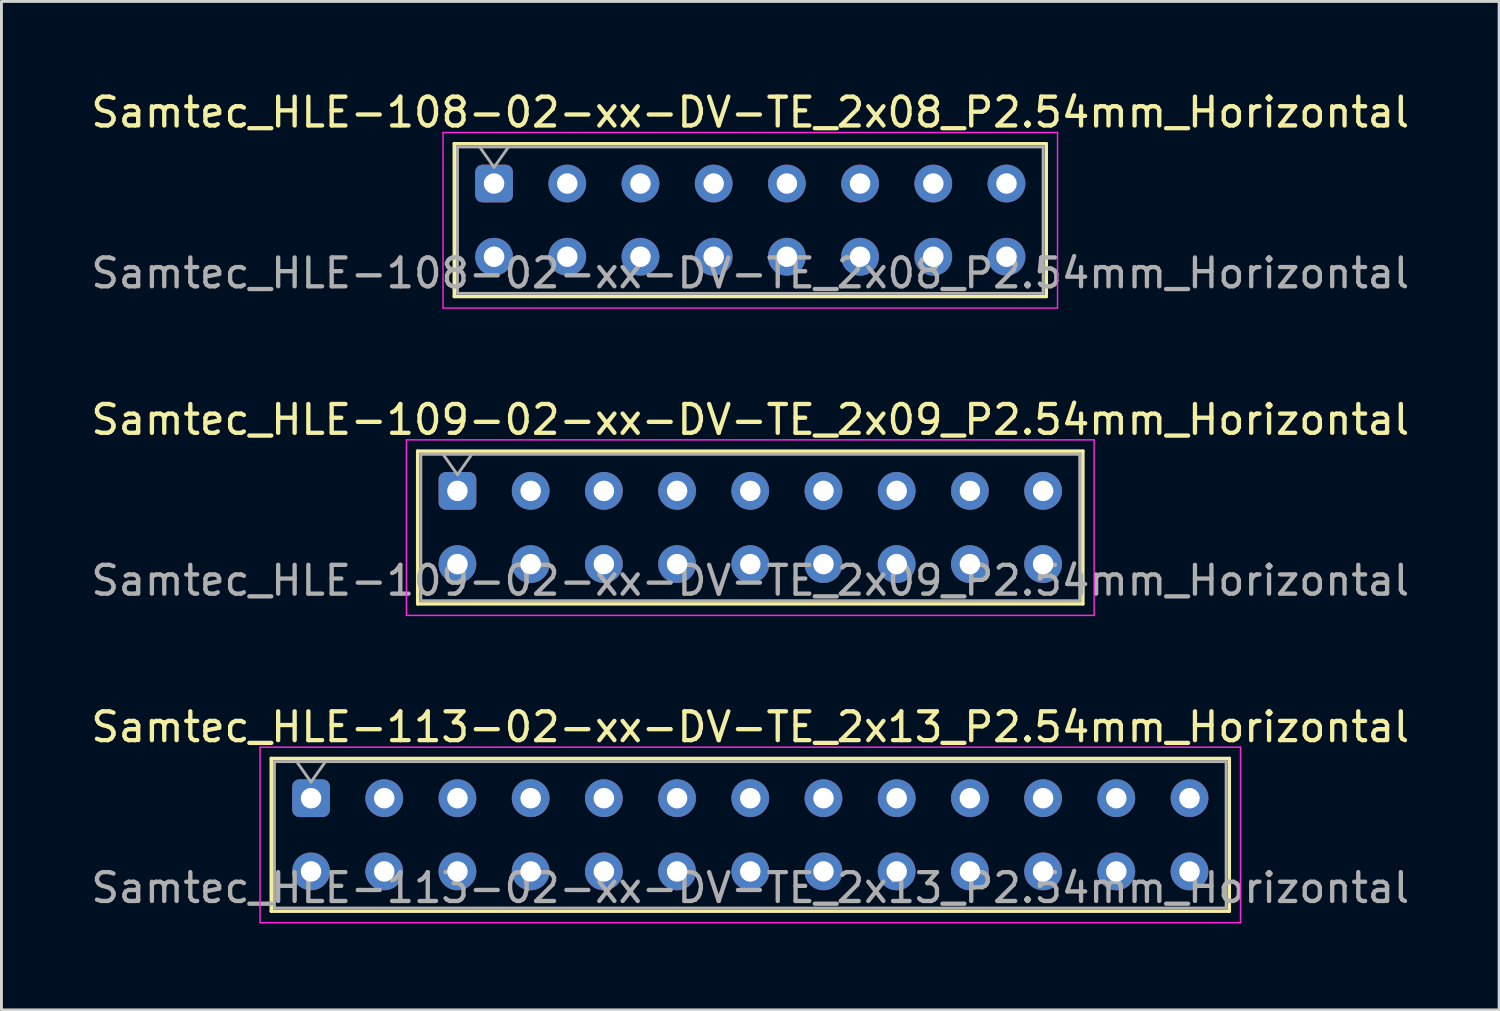
<source format=kicad_pcb>
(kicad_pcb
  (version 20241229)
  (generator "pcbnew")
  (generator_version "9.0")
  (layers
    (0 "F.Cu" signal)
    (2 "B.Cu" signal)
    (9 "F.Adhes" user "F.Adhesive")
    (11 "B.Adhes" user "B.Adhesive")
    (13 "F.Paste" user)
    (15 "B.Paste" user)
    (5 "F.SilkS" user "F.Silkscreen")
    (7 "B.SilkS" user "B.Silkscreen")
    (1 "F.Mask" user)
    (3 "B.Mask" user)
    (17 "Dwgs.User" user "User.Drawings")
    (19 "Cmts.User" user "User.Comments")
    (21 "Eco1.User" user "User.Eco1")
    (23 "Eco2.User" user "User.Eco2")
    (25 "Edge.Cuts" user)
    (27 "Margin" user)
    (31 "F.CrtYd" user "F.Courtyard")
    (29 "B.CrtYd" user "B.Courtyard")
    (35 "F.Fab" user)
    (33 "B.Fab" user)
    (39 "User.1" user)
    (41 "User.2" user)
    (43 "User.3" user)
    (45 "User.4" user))
  (footprint "Samtec_HLE-108-02-xx-DV-TE_2x08_P2.54mm_Horizontal"
    (layer "F.Cu")
    (at 14.092 3.318)
    (property "Reference" "Samtec_HLE-108-02-xx-DV-TE_2x08_P2.54mm_Horizontal" (at 8.89 -2.47 0) (layer "F.SilkS") (effects (font (size 1 1) (thickness 0.15))))
    (attr through_hole)
    (fp_line (start -1.38 -1.38) (end 19.16 -1.38) (stroke (width 0.12) (type solid)) (layer "F.SilkS"))
    (fp_line (start -1.38 3.92) (end -1.38 -1.38) (stroke (width 0.12) (type solid)) (layer "F.SilkS"))
    (fp_line (start 19.16 -1.38) (end 19.16 3.92) (stroke (width 0.12) (type solid)) (layer "F.SilkS"))
    (fp_line (start 19.16 3.92) (end -1.38 3.92) (stroke (width 0.12) (type solid)) (layer "F.SilkS"))
    (fp_line (start -1.77 -1.77) (end 19.55 -1.77) (stroke (width 0.05) (type solid)) (layer "F.CrtYd"))
    (fp_line (start -1.77 4.32) (end -1.77 -1.77) (stroke (width 0.05) (type solid)) (layer "F.CrtYd"))
    (fp_line (start 19.55 -1.77) (end 19.55 4.32) (stroke (width 0.05) (type solid)) (layer "F.CrtYd"))
    (fp_line (start 19.55 4.32) (end -1.77 4.32) (stroke (width 0.05) (type solid)) (layer "F.CrtYd"))
    (fp_line (start -1.27 -1.27) (end 19.05 -1.27) (stroke (width 0.1) (type solid)) (layer "F.Fab"))
    (fp_line (start -1.27 3.81) (end -1.27 -1.27) (stroke (width 0.1) (type solid)) (layer "F.Fab"))
    (fp_line (start -0.5 -1.27) (end 0 -0.563) (stroke (width 0.1) (type solid)) (layer "F.Fab"))
    (fp_line (start 0 -0.563) (end 0.5 -1.27) (stroke (width 0.1) (type solid)) (layer "F.Fab"))
    (fp_line (start 19.05 -1.27) (end 19.05 3.81) (stroke (width 0.1) (type solid)) (layer "F.Fab"))
    (fp_line (start 19.05 3.81) (end -1.27 3.81) (stroke (width 0.1) (type solid)) (layer "F.Fab"))
    (fp_text user "${REFERENCE}" (at 8.89 3.11 0) (layer "F.Fab") (effects (font (size 1 1) (thickness 0.15))))
    (pad "1" thru_hole roundrect (at 0 0) (size 1.31 1.31) (drill 0.71) (layers "*.Cu" "*.Mask") (roundrect_rratio 0.191))
    (pad "2" thru_hole circle (at 0 2.54) (size 1.31 1.31) (drill 0.71) (layers "*.Cu" "*.Mask"))
    (pad "3" thru_hole circle (at 2.54 0) (size 1.31 1.31) (drill 0.71) (layers "*.Cu" "*.Mask"))
    (pad "4" thru_hole circle (at 2.54 2.54) (size 1.31 1.31) (drill 0.71) (layers "*.Cu" "*.Mask"))
    (pad "5" thru_hole circle (at 5.08 0) (size 1.31 1.31) (drill 0.71) (layers "*.Cu" "*.Mask"))
    (pad "6" thru_hole circle (at 5.08 2.54) (size 1.31 1.31) (drill 0.71) (layers "*.Cu" "*.Mask"))
    (pad "7" thru_hole circle (at 7.62 0) (size 1.31 1.31) (drill 0.71) (layers "*.Cu" "*.Mask"))
    (pad "8" thru_hole circle (at 7.62 2.54) (size 1.31 1.31) (drill 0.71) (layers "*.Cu" "*.Mask"))
    (pad "9" thru_hole circle (at 10.16 0) (size 1.31 1.31) (drill 0.71) (layers "*.Cu" "*.Mask"))
    (pad "10" thru_hole circle (at 10.16 2.54) (size 1.31 1.31) (drill 0.71) (layers "*.Cu" "*.Mask"))
    (pad "11" thru_hole circle (at 12.7 0) (size 1.31 1.31) (drill 0.71) (layers "*.Cu" "*.Mask"))
    (pad "12" thru_hole circle (at 12.7 2.54) (size 1.31 1.31) (drill 0.71) (layers "*.Cu" "*.Mask"))
    (pad "13" thru_hole circle (at 15.24 0) (size 1.31 1.31) (drill 0.71) (layers "*.Cu" "*.Mask"))
    (pad "14" thru_hole circle (at 15.24 2.54) (size 1.31 1.31) (drill 0.71) (layers "*.Cu" "*.Mask"))
    (pad "15" thru_hole circle (at 17.78 0) (size 1.31 1.31) (drill 0.71) (layers "*.Cu" "*.Mask"))
    (pad "16" thru_hole circle (at 17.78 2.54) (size 1.31 1.31) (drill 0.71) (layers "*.Cu" "*.Mask")))
  (footprint "Samtec_HLE-113-02-xx-DV-TE_2x13_P2.54mm_Horizontal"
    (layer "F.Cu")
    (at 7.742 24.645)
    (property "Reference" "Samtec_HLE-113-02-xx-DV-TE_2x13_P2.54mm_Horizontal" (at 15.24 -2.47 0) (layer "F.SilkS") (effects (font (size 1 1) (thickness 0.15))))
    (attr through_hole)
    (fp_line (start -1.38 -1.38) (end 31.86 -1.38) (stroke (width 0.12) (type solid)) (layer "F.SilkS"))
    (fp_line (start -1.38 3.92) (end -1.38 -1.38) (stroke (width 0.12) (type solid)) (layer "F.SilkS"))
    (fp_line (start 31.86 -1.38) (end 31.86 3.92) (stroke (width 0.12) (type solid)) (layer "F.SilkS"))
    (fp_line (start 31.86 3.92) (end -1.38 3.92) (stroke (width 0.12) (type solid)) (layer "F.SilkS"))
    (fp_line (start -1.77 -1.77) (end 32.25 -1.77) (stroke (width 0.05) (type solid)) (layer "F.CrtYd"))
    (fp_line (start -1.77 4.32) (end -1.77 -1.77) (stroke (width 0.05) (type solid)) (layer "F.CrtYd"))
    (fp_line (start 32.25 -1.77) (end 32.25 4.32) (stroke (width 0.05) (type solid)) (layer "F.CrtYd"))
    (fp_line (start 32.25 4.32) (end -1.77 4.32) (stroke (width 0.05) (type solid)) (layer "F.CrtYd"))
    (fp_line (start -1.27 -1.27) (end 31.75 -1.27) (stroke (width 0.1) (type solid)) (layer "F.Fab"))
    (fp_line (start -1.27 3.81) (end -1.27 -1.27) (stroke (width 0.1) (type solid)) (layer "F.Fab"))
    (fp_line (start -0.5 -1.27) (end 0 -0.563) (stroke (width 0.1) (type solid)) (layer "F.Fab"))
    (fp_line (start 0 -0.563) (end 0.5 -1.27) (stroke (width 0.1) (type solid)) (layer "F.Fab"))
    (fp_line (start 31.75 -1.27) (end 31.75 3.81) (stroke (width 0.1) (type solid)) (layer "F.Fab"))
    (fp_line (start 31.75 3.81) (end -1.27 3.81) (stroke (width 0.1) (type solid)) (layer "F.Fab"))
    (fp_text user "${REFERENCE}" (at 15.24 3.11 0) (layer "F.Fab") (effects (font (size 1 1) (thickness 0.15))))
    (pad "1" thru_hole roundrect (at 0 0) (size 1.31 1.31) (drill 0.71) (layers "*.Cu" "*.Mask") (roundrect_rratio 0.191))
    (pad "2" thru_hole circle (at 0 2.54) (size 1.31 1.31) (drill 0.71) (layers "*.Cu" "*.Mask"))
    (pad "3" thru_hole circle (at 2.54 0) (size 1.31 1.31) (drill 0.71) (layers "*.Cu" "*.Mask"))
    (pad "4" thru_hole circle (at 2.54 2.54) (size 1.31 1.31) (drill 0.71) (layers "*.Cu" "*.Mask"))
    (pad "5" thru_hole circle (at 5.08 0) (size 1.31 1.31) (drill 0.71) (layers "*.Cu" "*.Mask"))
    (pad "6" thru_hole circle (at 5.08 2.54) (size 1.31 1.31) (drill 0.71) (layers "*.Cu" "*.Mask"))
    (pad "7" thru_hole circle (at 7.62 0) (size 1.31 1.31) (drill 0.71) (layers "*.Cu" "*.Mask"))
    (pad "8" thru_hole circle (at 7.62 2.54) (size 1.31 1.31) (drill 0.71) (layers "*.Cu" "*.Mask"))
    (pad "9" thru_hole circle (at 10.16 0) (size 1.31 1.31) (drill 0.71) (layers "*.Cu" "*.Mask"))
    (pad "10" thru_hole circle (at 10.16 2.54) (size 1.31 1.31) (drill 0.71) (layers "*.Cu" "*.Mask"))
    (pad "11" thru_hole circle (at 12.7 0) (size 1.31 1.31) (drill 0.71) (layers "*.Cu" "*.Mask"))
    (pad "12" thru_hole circle (at 12.7 2.54) (size 1.31 1.31) (drill 0.71) (layers "*.Cu" "*.Mask"))
    (pad "13" thru_hole circle (at 15.24 0) (size 1.31 1.31) (drill 0.71) (layers "*.Cu" "*.Mask"))
    (pad "14" thru_hole circle (at 15.24 2.54) (size 1.31 1.31) (drill 0.71) (layers "*.Cu" "*.Mask"))
    (pad "15" thru_hole circle (at 17.78 0) (size 1.31 1.31) (drill 0.71) (layers "*.Cu" "*.Mask"))
    (pad "16" thru_hole circle (at 17.78 2.54) (size 1.31 1.31) (drill 0.71) (layers "*.Cu" "*.Mask"))
    (pad "17" thru_hole circle (at 20.32 0) (size 1.31 1.31) (drill 0.71) (layers "*.Cu" "*.Mask"))
    (pad "18" thru_hole circle (at 20.32 2.54) (size 1.31 1.31) (drill 0.71) (layers "*.Cu" "*.Mask"))
    (pad "19" thru_hole circle (at 22.86 0) (size 1.31 1.31) (drill 0.71) (layers "*.Cu" "*.Mask"))
    (pad "20" thru_hole circle (at 22.86 2.54) (size 1.31 1.31) (drill 0.71) (layers "*.Cu" "*.Mask"))
    (pad "21" thru_hole circle (at 25.4 0) (size 1.31 1.31) (drill 0.71) (layers "*.Cu" "*.Mask"))
    (pad "22" thru_hole circle (at 25.4 2.54) (size 1.31 1.31) (drill 0.71) (layers "*.Cu" "*.Mask"))
    (pad "23" thru_hole circle (at 27.94 0) (size 1.31 1.31) (drill 0.71) (layers "*.Cu" "*.Mask"))
    (pad "24" thru_hole circle (at 27.94 2.54) (size 1.31 1.31) (drill 0.71) (layers "*.Cu" "*.Mask"))
    (pad "25" thru_hole circle (at 30.48 0) (size 1.31 1.31) (drill 0.71) (layers "*.Cu" "*.Mask"))
    (pad "26" thru_hole circle (at 30.48 2.54) (size 1.31 1.31) (drill 0.71) (layers "*.Cu" "*.Mask")))
  (footprint "Samtec_HLE-109-02-xx-DV-TE_2x09_P2.54mm_Horizontal"
    (layer "F.Cu")
    (at 12.822 13.982)
    (property "Reference" "Samtec_HLE-109-02-xx-DV-TE_2x09_P2.54mm_Horizontal" (at 10.16 -2.47 0) (layer "F.SilkS") (effects (font (size 1 1) (thickness 0.15))))
    (attr through_hole)
    (fp_line (start -1.38 -1.38) (end 21.7 -1.38) (stroke (width 0.12) (type solid)) (layer "F.SilkS"))
    (fp_line (start -1.38 3.92) (end -1.38 -1.38) (stroke (width 0.12) (type solid)) (layer "F.SilkS"))
    (fp_line (start 21.7 -1.38) (end 21.7 3.92) (stroke (width 0.12) (type solid)) (layer "F.SilkS"))
    (fp_line (start 21.7 3.92) (end -1.38 3.92) (stroke (width 0.12) (type solid)) (layer "F.SilkS"))
    (fp_line (start -1.77 -1.77) (end 22.09 -1.77) (stroke (width 0.05) (type solid)) (layer "F.CrtYd"))
    (fp_line (start -1.77 4.32) (end -1.77 -1.77) (stroke (width 0.05) (type solid)) (layer "F.CrtYd"))
    (fp_line (start 22.09 -1.77) (end 22.09 4.32) (stroke (width 0.05) (type solid)) (layer "F.CrtYd"))
    (fp_line (start 22.09 4.32) (end -1.77 4.32) (stroke (width 0.05) (type solid)) (layer "F.CrtYd"))
    (fp_line (start -1.27 -1.27) (end 21.59 -1.27) (stroke (width 0.1) (type solid)) (layer "F.Fab"))
    (fp_line (start -1.27 3.81) (end -1.27 -1.27) (stroke (width 0.1) (type solid)) (layer "F.Fab"))
    (fp_line (start -0.5 -1.27) (end 0 -0.563) (stroke (width 0.1) (type solid)) (layer "F.Fab"))
    (fp_line (start 0 -0.563) (end 0.5 -1.27) (stroke (width 0.1) (type solid)) (layer "F.Fab"))
    (fp_line (start 21.59 -1.27) (end 21.59 3.81) (stroke (width 0.1) (type solid)) (layer "F.Fab"))
    (fp_line (start 21.59 3.81) (end -1.27 3.81) (stroke (width 0.1) (type solid)) (layer "F.Fab"))
    (fp_text user "${REFERENCE}" (at 10.16 3.11 0) (layer "F.Fab") (effects (font (size 1 1) (thickness 0.15))))
    (pad "1" thru_hole roundrect (at 0 0) (size 1.31 1.31) (drill 0.71) (layers "*.Cu" "*.Mask") (roundrect_rratio 0.191))
    (pad "2" thru_hole circle (at 0 2.54) (size 1.31 1.31) (drill 0.71) (layers "*.Cu" "*.Mask"))
    (pad "3" thru_hole circle (at 2.54 0) (size 1.31 1.31) (drill 0.71) (layers "*.Cu" "*.Mask"))
    (pad "4" thru_hole circle (at 2.54 2.54) (size 1.31 1.31) (drill 0.71) (layers "*.Cu" "*.Mask"))
    (pad "5" thru_hole circle (at 5.08 0) (size 1.31 1.31) (drill 0.71) (layers "*.Cu" "*.Mask"))
    (pad "6" thru_hole circle (at 5.08 2.54) (size 1.31 1.31) (drill 0.71) (layers "*.Cu" "*.Mask"))
    (pad "7" thru_hole circle (at 7.62 0) (size 1.31 1.31) (drill 0.71) (layers "*.Cu" "*.Mask"))
    (pad "8" thru_hole circle (at 7.62 2.54) (size 1.31 1.31) (drill 0.71) (layers "*.Cu" "*.Mask"))
    (pad "9" thru_hole circle (at 10.16 0) (size 1.31 1.31) (drill 0.71) (layers "*.Cu" "*.Mask"))
    (pad "10" thru_hole circle (at 10.16 2.54) (size 1.31 1.31) (drill 0.71) (layers "*.Cu" "*.Mask"))
    (pad "11" thru_hole circle (at 12.7 0) (size 1.31 1.31) (drill 0.71) (layers "*.Cu" "*.Mask"))
    (pad "12" thru_hole circle (at 12.7 2.54) (size 1.31 1.31) (drill 0.71) (layers "*.Cu" "*.Mask"))
    (pad "13" thru_hole circle (at 15.24 0) (size 1.31 1.31) (drill 0.71) (layers "*.Cu" "*.Mask"))
    (pad "14" thru_hole circle (at 15.24 2.54) (size 1.31 1.31) (drill 0.71) (layers "*.Cu" "*.Mask"))
    (pad "15" thru_hole circle (at 17.78 0) (size 1.31 1.31) (drill 0.71) (layers "*.Cu" "*.Mask"))
    (pad "16" thru_hole circle (at 17.78 2.54) (size 1.31 1.31) (drill 0.71) (layers "*.Cu" "*.Mask"))
    (pad "17" thru_hole circle (at 20.32 0) (size 1.31 1.31) (drill 0.71) (layers "*.Cu" "*.Mask"))
    (pad "18" thru_hole circle (at 20.32 2.54) (size 1.31 1.31) (drill 0.71) (layers "*.Cu" "*.Mask")))
  (gr_rect
    (start -3 -3)
    (end 48.964 31.99)
    (stroke (width 0.1) (type default))
    (fill no)
    (layer "Edge.Cuts")))
</source>
